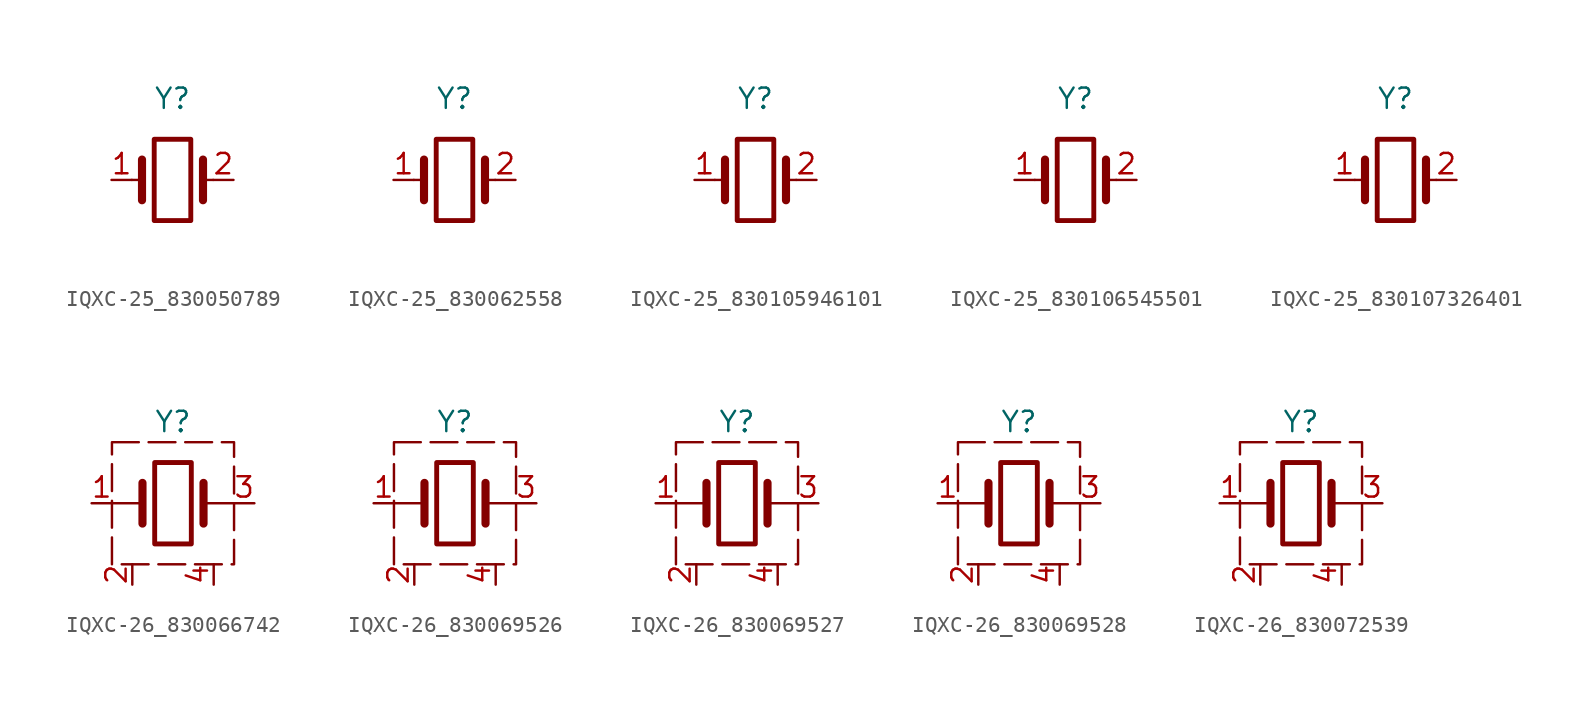
<source format=kicad_sym>
(kicad_symbol_lib
  (version 20220914)
  (generator kicad_symbol_editor)
  (symbol "IQXC-25_830050789"
    (pin_names hide)
    (property "Reference" "Y"
      (at 0 5.08 0)
      (effects (font (size 1.27 1.27))))
    (property "Critical Parameter" ""
      (at 0 -5.08 0)
      (effects (font (size 1.27 1.27)) (justify left)))
    (symbol "IQXC-25_830050789_0_1"
      (rectangle (start -1.143 2.54) (end 1.143 -2.54) (stroke (width 0.305) (type default)) (fill (type none)))
      (polyline (pts (xy -2.54 0) (xy -1.905 0)) (stroke (width 0) (type default)) (fill (type none)))
      (polyline (pts (xy -1.905 -1.27) (xy -1.905 1.27)) (stroke (width 0.508) (type default)) (fill (type none)))
      (polyline (pts (xy 1.905 -1.27) (xy 1.905 1.27)) (stroke (width 0.508) (type default)) (fill (type none)))
      (polyline (pts (xy 2.54 0) (xy 1.905 0)) (stroke (width 0) (type default)) (fill (type none))))
    (symbol "IQXC-25_830050789_1_1"
      (pin passive line (at -3.81 0 0) (length 1.27) (name "1" (effects (font (size 1.27 1.27)))) (number "1" (effects (font (size 1.27 1.27)))))
      (pin passive line (at 3.81 0 180) (length 1.27) (name "2" (effects (font (size 1.27 1.27)))) (number "2" (effects (font (size 1.27 1.27)))))))
  (symbol "IQXC-25_830062558"
    (pin_names hide)
    (property "Reference" "Y"
      (at 0 5.08 0)
      (effects (font (size 1.27 1.27))))
    (property "Critical Parameter" ""
      (at 0 -5.08 0)
      (effects (font (size 1.27 1.27)) (justify left)))
    (symbol "IQXC-25_830062558_0_1"
      (rectangle (start -1.143 2.54) (end 1.143 -2.54) (stroke (width 0.305) (type default)) (fill (type none)))
      (polyline (pts (xy -2.54 0) (xy -1.905 0)) (stroke (width 0) (type default)) (fill (type none)))
      (polyline (pts (xy -1.905 -1.27) (xy -1.905 1.27)) (stroke (width 0.508) (type default)) (fill (type none)))
      (polyline (pts (xy 1.905 -1.27) (xy 1.905 1.27)) (stroke (width 0.508) (type default)) (fill (type none)))
      (polyline (pts (xy 2.54 0) (xy 1.905 0)) (stroke (width 0) (type default)) (fill (type none))))
    (symbol "IQXC-25_830062558_1_1"
      (pin passive line (at -3.81 0 0) (length 1.27) (name "1" (effects (font (size 1.27 1.27)))) (number "1" (effects (font (size 1.27 1.27)))))
      (pin passive line (at 3.81 0 180) (length 1.27) (name "2" (effects (font (size 1.27 1.27)))) (number "2" (effects (font (size 1.27 1.27)))))))
  (symbol "IQXC-25_830105946101"
    (pin_names hide)
    (property "Reference" "Y"
      (at 0 5.08 0)
      (effects (font (size 1.27 1.27))))
    (property "Critical Parameter" ""
      (at 0 -5.08 0)
      (effects (font (size 1.27 1.27)) (justify left)))
    (symbol "IQXC-25_830105946101_0_1"
      (rectangle (start -1.143 2.54) (end 1.143 -2.54) (stroke (width 0.305) (type default)) (fill (type none)))
      (polyline (pts (xy -2.54 0) (xy -1.905 0)) (stroke (width 0) (type default)) (fill (type none)))
      (polyline (pts (xy -1.905 -1.27) (xy -1.905 1.27)) (stroke (width 0.508) (type default)) (fill (type none)))
      (polyline (pts (xy 1.905 -1.27) (xy 1.905 1.27)) (stroke (width 0.508) (type default)) (fill (type none)))
      (polyline (pts (xy 2.54 0) (xy 1.905 0)) (stroke (width 0) (type default)) (fill (type none))))
    (symbol "IQXC-25_830105946101_1_1"
      (pin passive line (at -3.81 0 0) (length 1.27) (name "1" (effects (font (size 1.27 1.27)))) (number "1" (effects (font (size 1.27 1.27)))))
      (pin passive line (at 3.81 0 180) (length 1.27) (name "2" (effects (font (size 1.27 1.27)))) (number "2" (effects (font (size 1.27 1.27)))))))
  (symbol "IQXC-25_830106545501"
    (pin_names hide)
    (property "Reference" "Y"
      (at 0 5.08 0)
      (effects (font (size 1.27 1.27))))
    (property "Critical Parameter" ""
      (at 0 -5.08 0)
      (effects (font (size 1.27 1.27)) (justify left)))
    (symbol "IQXC-25_830106545501_0_1"
      (rectangle (start -1.143 2.54) (end 1.143 -2.54) (stroke (width 0.305) (type default)) (fill (type none)))
      (polyline (pts (xy -2.54 0) (xy -1.905 0)) (stroke (width 0) (type default)) (fill (type none)))
      (polyline (pts (xy -1.905 -1.27) (xy -1.905 1.27)) (stroke (width 0.508) (type default)) (fill (type none)))
      (polyline (pts (xy 1.905 -1.27) (xy 1.905 1.27)) (stroke (width 0.508) (type default)) (fill (type none)))
      (polyline (pts (xy 2.54 0) (xy 1.905 0)) (stroke (width 0) (type default)) (fill (type none))))
    (symbol "IQXC-25_830106545501_1_1"
      (pin passive line (at -3.81 0 0) (length 1.27) (name "1" (effects (font (size 1.27 1.27)))) (number "1" (effects (font (size 1.27 1.27)))))
      (pin passive line (at 3.81 0 180) (length 1.27) (name "2" (effects (font (size 1.27 1.27)))) (number "2" (effects (font (size 1.27 1.27)))))))
  (symbol "IQXC-25_830107326401"
    (pin_names hide)
    (property "Reference" "Y"
      (at 0 5.08 0)
      (effects (font (size 1.27 1.27))))
    (property "Critical Parameter" ""
      (at 0 -5.08 0)
      (effects (font (size 1.27 1.27)) (justify left)))
    (symbol "IQXC-25_830107326401_0_1"
      (rectangle (start -1.143 2.54) (end 1.143 -2.54) (stroke (width 0.305) (type default)) (fill (type none)))
      (polyline (pts (xy -2.54 0) (xy -1.905 0)) (stroke (width 0) (type default)) (fill (type none)))
      (polyline (pts (xy -1.905 -1.27) (xy -1.905 1.27)) (stroke (width 0.508) (type default)) (fill (type none)))
      (polyline (pts (xy 1.905 -1.27) (xy 1.905 1.27)) (stroke (width 0.508) (type default)) (fill (type none)))
      (polyline (pts (xy 2.54 0) (xy 1.905 0)) (stroke (width 0) (type default)) (fill (type none))))
    (symbol "IQXC-25_830107326401_1_1"
      (pin passive line (at -3.81 0 0) (length 1.27) (name "1" (effects (font (size 1.27 1.27)))) (number "1" (effects (font (size 1.27 1.27)))))
      (pin passive line (at 3.81 0 180) (length 1.27) (name "2" (effects (font (size 1.27 1.27)))) (number "2" (effects (font (size 1.27 1.27)))))))
  (symbol "IQXC-26_830066742"
    (pin_names hide)
    (property "Reference" "Y"
      (at 0 5.08 0)
      (effects (font (size 1.27 1.27))))
    (property "Critical Parameter" ""
      (at 0 -5.08 0)
      (effects (font (size 1.27 1.27)) (justify left)))
    (symbol "IQXC-26_830066742_0_1"
      (rectangle (start -1.143 2.54) (end 1.143 -2.54) (stroke (width 0.305) (type default)) (fill (type none)))
      (polyline (pts (xy -3.81 0) (xy -1.905 0)) (stroke (width 0) (type default)) (fill (type none)))
      (polyline (pts (xy -1.905 -1.27) (xy -1.905 1.27)) (stroke (width 0.508) (type default)) (fill (type none)))
      (polyline (pts (xy 1.905 -1.27) (xy 1.905 1.27)) (stroke (width 0.508) (type default)) (fill (type none)))
      (polyline (pts (xy 3.81 0) (xy 1.905 0)) (stroke (width 0) (type default)) (fill (type none))))
    (symbol "IQXC-26_830066742_1_1"
      (rectangle (start -3.81 3.81) (end 3.81 -3.81) (stroke (width 0) (type dash)) (fill (type none)))
      (pin passive line (at -5.08 0 0) (length 1.27) (name "1" (effects (font (size 1.27 1.27)))) (number "1" (effects (font (size 1.27 1.27)))))
      (pin passive line (at -2.54 -5.08 90) (length 1.27) (name "GND" (effects (font (size 1.27 1.27)))) (number "2" (effects (font (size 1.27 1.27)))))
      (pin passive line (at 5.08 0 180) (length 1.27) (name "3" (effects (font (size 1.27 1.27)))) (number "3" (effects (font (size 1.27 1.27)))))
      (pin passive line (at 2.54 -5.08 90) (length 1.27) (name "GND1" (effects (font (size 1.27 1.27)))) (number "4" (effects (font (size 1.27 1.27)))))))
  (symbol "IQXC-26_830069526"
    (pin_names hide)
    (property "Reference" "Y"
      (at 0 5.08 0)
      (effects (font (size 1.27 1.27))))
    (property "Critical Parameter" ""
      (at 0 -5.08 0)
      (effects (font (size 1.27 1.27)) (justify left)))
    (symbol "IQXC-26_830069526_0_1"
      (rectangle (start -1.143 2.54) (end 1.143 -2.54) (stroke (width 0.305) (type default)) (fill (type none)))
      (polyline (pts (xy -3.81 0) (xy -1.905 0)) (stroke (width 0) (type default)) (fill (type none)))
      (polyline (pts (xy -1.905 -1.27) (xy -1.905 1.27)) (stroke (width 0.508) (type default)) (fill (type none)))
      (polyline (pts (xy 1.905 -1.27) (xy 1.905 1.27)) (stroke (width 0.508) (type default)) (fill (type none)))
      (polyline (pts (xy 3.81 0) (xy 1.905 0)) (stroke (width 0) (type default)) (fill (type none))))
    (symbol "IQXC-26_830069526_1_1"
      (rectangle (start -3.81 3.81) (end 3.81 -3.81) (stroke (width 0) (type dash)) (fill (type none)))
      (pin passive line (at -5.08 0 0) (length 1.27) (name "1" (effects (font (size 1.27 1.27)))) (number "1" (effects (font (size 1.27 1.27)))))
      (pin passive line (at -2.54 -5.08 90) (length 1.27) (name "GND" (effects (font (size 1.27 1.27)))) (number "2" (effects (font (size 1.27 1.27)))))
      (pin passive line (at 5.08 0 180) (length 1.27) (name "3" (effects (font (size 1.27 1.27)))) (number "3" (effects (font (size 1.27 1.27)))))
      (pin passive line (at 2.54 -5.08 90) (length 1.27) (name "GND1" (effects (font (size 1.27 1.27)))) (number "4" (effects (font (size 1.27 1.27)))))))
  (symbol "IQXC-26_830069527"
    (pin_names hide)
    (property "Reference" "Y"
      (at 0 5.08 0)
      (effects (font (size 1.27 1.27))))
    (property "Critical Parameter" ""
      (at 0 -5.08 0)
      (effects (font (size 1.27 1.27)) (justify left)))
    (symbol "IQXC-26_830069527_0_1"
      (rectangle (start -1.143 2.54) (end 1.143 -2.54) (stroke (width 0.305) (type default)) (fill (type none)))
      (polyline (pts (xy -3.81 0) (xy -1.905 0)) (stroke (width 0) (type default)) (fill (type none)))
      (polyline (pts (xy -1.905 -1.27) (xy -1.905 1.27)) (stroke (width 0.508) (type default)) (fill (type none)))
      (polyline (pts (xy 1.905 -1.27) (xy 1.905 1.27)) (stroke (width 0.508) (type default)) (fill (type none)))
      (polyline (pts (xy 3.81 0) (xy 1.905 0)) (stroke (width 0) (type default)) (fill (type none))))
    (symbol "IQXC-26_830069527_1_1"
      (rectangle (start -3.81 3.81) (end 3.81 -3.81) (stroke (width 0) (type dash)) (fill (type none)))
      (pin passive line (at -5.08 0 0) (length 1.27) (name "1" (effects (font (size 1.27 1.27)))) (number "1" (effects (font (size 1.27 1.27)))))
      (pin passive line (at -2.54 -5.08 90) (length 1.27) (name "GND" (effects (font (size 1.27 1.27)))) (number "2" (effects (font (size 1.27 1.27)))))
      (pin passive line (at 5.08 0 180) (length 1.27) (name "3" (effects (font (size 1.27 1.27)))) (number "3" (effects (font (size 1.27 1.27)))))
      (pin passive line (at 2.54 -5.08 90) (length 1.27) (name "GND1" (effects (font (size 1.27 1.27)))) (number "4" (effects (font (size 1.27 1.27)))))))
  (symbol "IQXC-26_830069528"
    (pin_names hide)
    (property "Reference" "Y"
      (at 0 5.08 0)
      (effects (font (size 1.27 1.27))))
    (property "Critical Parameter" ""
      (at 0 -5.08 0)
      (effects (font (size 1.27 1.27)) (justify left)))
    (symbol "IQXC-26_830069528_0_1"
      (rectangle (start -1.143 2.54) (end 1.143 -2.54) (stroke (width 0.305) (type default)) (fill (type none)))
      (polyline (pts (xy -3.81 0) (xy -1.905 0)) (stroke (width 0) (type default)) (fill (type none)))
      (polyline (pts (xy -1.905 -1.27) (xy -1.905 1.27)) (stroke (width 0.508) (type default)) (fill (type none)))
      (polyline (pts (xy 1.905 -1.27) (xy 1.905 1.27)) (stroke (width 0.508) (type default)) (fill (type none)))
      (polyline (pts (xy 3.81 0) (xy 1.905 0)) (stroke (width 0) (type default)) (fill (type none))))
    (symbol "IQXC-26_830069528_1_1"
      (rectangle (start -3.81 3.81) (end 3.81 -3.81) (stroke (width 0) (type dash)) (fill (type none)))
      (pin passive line (at -5.08 0 0) (length 1.27) (name "1" (effects (font (size 1.27 1.27)))) (number "1" (effects (font (size 1.27 1.27)))))
      (pin passive line (at -2.54 -5.08 90) (length 1.27) (name "GND" (effects (font (size 1.27 1.27)))) (number "2" (effects (font (size 1.27 1.27)))))
      (pin passive line (at 5.08 0 180) (length 1.27) (name "3" (effects (font (size 1.27 1.27)))) (number "3" (effects (font (size 1.27 1.27)))))
      (pin passive line (at 2.54 -5.08 90) (length 1.27) (name "GND1" (effects (font (size 1.27 1.27)))) (number "4" (effects (font (size 1.27 1.27)))))))
  (symbol "IQXC-26_830072539"
    (pin_names hide)
    (property "Reference" "Y"
      (at 0 5.08 0)
      (effects (font (size 1.27 1.27))))
    (property "Critical Parameter" ""
      (at 0 -5.08 0)
      (effects (font (size 1.27 1.27)) (justify left)))
    (symbol "IQXC-26_830072539_0_1"
      (rectangle (start -1.143 2.54) (end 1.143 -2.54) (stroke (width 0.305) (type default)) (fill (type none)))
      (polyline (pts (xy -3.81 0) (xy -1.905 0)) (stroke (width 0) (type default)) (fill (type none)))
      (polyline (pts (xy -1.905 -1.27) (xy -1.905 1.27)) (stroke (width 0.508) (type default)) (fill (type none)))
      (polyline (pts (xy 1.905 -1.27) (xy 1.905 1.27)) (stroke (width 0.508) (type default)) (fill (type none)))
      (polyline (pts (xy 3.81 0) (xy 1.905 0)) (stroke (width 0) (type default)) (fill (type none))))
    (symbol "IQXC-26_830072539_1_1"
      (rectangle (start -3.81 3.81) (end 3.81 -3.81) (stroke (width 0) (type dash)) (fill (type none)))
      (pin passive line (at -5.08 0 0) (length 1.27) (name "1" (effects (font (size 1.27 1.27)))) (number "1" (effects (font (size 1.27 1.27)))))
      (pin passive line (at -2.54 -5.08 90) (length 1.27) (name "GND" (effects (font (size 1.27 1.27)))) (number "2" (effects (font (size 1.27 1.27)))))
      (pin passive line (at 5.08 0 180) (length 1.27) (name "3" (effects (font (size 1.27 1.27)))) (number "3" (effects (font (size 1.27 1.27)))))
      (pin passive line (at 2.54 -5.08 90) (length 1.27) (name "GND1" (effects (font (size 1.27 1.27)))) (number "4" (effects (font (size 1.27 1.27))))))))
</source>
